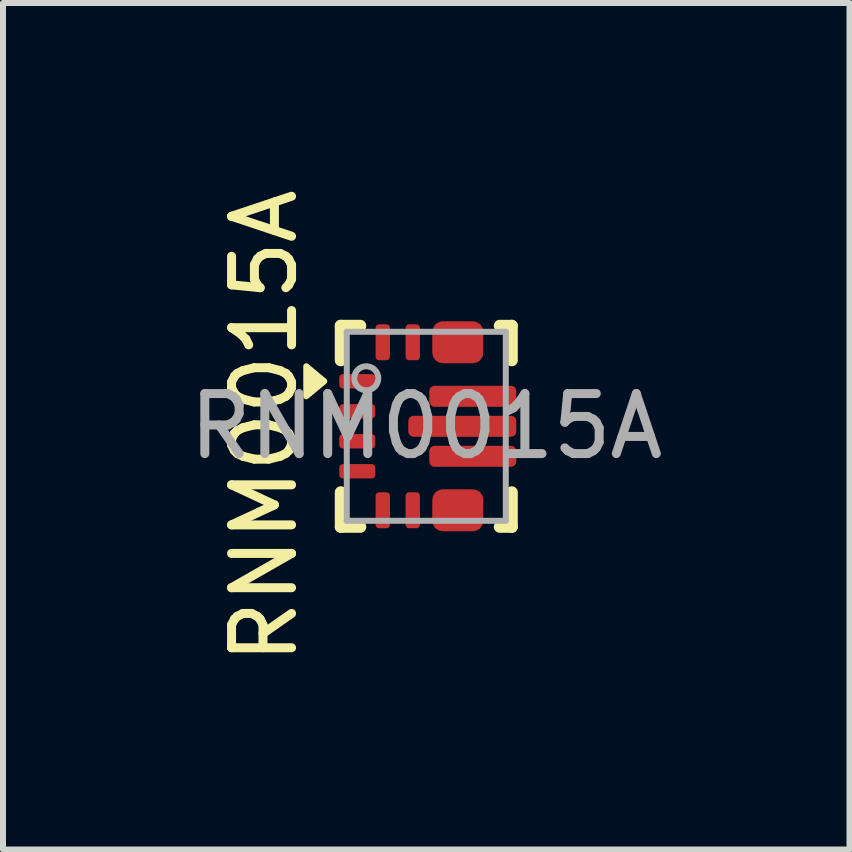
<source format=kicad_pcb>
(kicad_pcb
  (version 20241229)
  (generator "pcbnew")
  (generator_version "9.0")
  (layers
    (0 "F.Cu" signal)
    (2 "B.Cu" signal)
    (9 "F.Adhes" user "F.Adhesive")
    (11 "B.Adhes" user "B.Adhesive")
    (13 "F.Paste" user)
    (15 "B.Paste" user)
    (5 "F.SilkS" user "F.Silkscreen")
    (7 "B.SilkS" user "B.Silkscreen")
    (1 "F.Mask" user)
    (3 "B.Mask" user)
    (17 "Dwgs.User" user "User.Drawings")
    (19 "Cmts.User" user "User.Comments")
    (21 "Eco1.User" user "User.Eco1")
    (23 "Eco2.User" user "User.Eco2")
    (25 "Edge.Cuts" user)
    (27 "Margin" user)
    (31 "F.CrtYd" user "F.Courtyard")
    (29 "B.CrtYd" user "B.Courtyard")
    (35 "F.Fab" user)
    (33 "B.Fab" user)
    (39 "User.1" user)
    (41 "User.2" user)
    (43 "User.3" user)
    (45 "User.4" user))
  (footprint "RNM0015A"
    (layer "F.Cu")
    (at 4.054 4.054)
    (property "Reference" "RNM0015A" (at -2.7 0 90) (unlocked yes) (layer "F.SilkS") (effects (font (size 1 1) (thickness 0.15))))
    (attr smd)
    (fp_poly (pts (xy 0.15 -1.15) (xy 0.15 -1.3) (xy 0.151 -1.31) (xy 0.154 -1.319) (xy 0.158 -1.328) (xy 0.165 -1.335) (xy 0.172 -1.342) (xy 0.181 -1.346) (xy 0.19 -1.349) (xy 0.2 -1.35) (xy 0.85 -1.35) (xy 0.86 -1.349) (xy 0.869 -1.346) (xy 0.878 -1.342) (xy 0.885 -1.335) (xy 0.892 -1.328) (xy 0.896 -1.319) (xy 0.899 -1.31) (xy 0.9 -1.3) (xy 0.9 -1.15) (xy 0.899 -1.14) (xy 0.896 -1.131) (xy 0.892 -1.122) (xy 0.885 -1.115) (xy 0.878 -1.108) (xy 0.869 -1.104) (xy 0.86 -1.101) (xy 0.85 -1.1) (xy 0.2 -1.1) (xy 0.19 -1.101) (xy 0.181 -1.104) (xy 0.172 -1.108) (xy 0.165 -1.115) (xy 0.158 -1.122) (xy 0.154 -1.131) (xy 0.151 -1.14)) (stroke (width 0) (type solid)) (fill yes) (layer "F.Mask"))
    (fp_poly (pts (xy 0.15 1.3) (xy 0.15 1.15) (xy 0.151 1.14) (xy 0.154 1.131) (xy 0.158 1.122) (xy 0.165 1.115) (xy 0.172 1.108) (xy 0.181 1.104) (xy 0.19 1.101) (xy 0.2 1.1) (xy 0.85 1.1) (xy 0.86 1.101) (xy 0.869 1.104) (xy 0.878 1.108) (xy 0.885 1.115) (xy 0.892 1.122) (xy 0.896 1.131) (xy 0.899 1.14) (xy 0.9 1.15) (xy 0.9 1.3) (xy 0.899 1.31) (xy 0.896 1.319) (xy 0.892 1.328) (xy 0.885 1.335) (xy 0.878 1.342) (xy 0.869 1.346) (xy 0.86 1.349) (xy 0.85 1.35) (xy 0.2 1.35) (xy 0.19 1.349) (xy 0.181 1.346) (xy 0.172 1.342) (xy 0.165 1.335) (xy 0.158 1.328) (xy 0.154 1.319) (xy 0.151 1.31)) (stroke (width 0) (type solid)) (fill yes) (layer "F.Mask"))
    (fp_poly (pts (xy 0.2 1.1) (xy 0.35 1.1) (xy 0.36 1.101) (xy 0.369 1.104) (xy 0.378 1.108) (xy 0.385 1.115) (xy 0.392 1.122) (xy 0.396 1.131) (xy 0.399 1.14) (xy 0.4 1.15) (xy 0.4 1.65) (xy 0.399 1.66) (xy 0.396 1.669) (xy 0.392 1.678) (xy 0.385 1.685) (xy 0.378 1.692) (xy 0.369 1.696) (xy 0.36 1.699) (xy 0.35 1.7) (xy 0.2 1.7) (xy 0.19 1.699) (xy 0.181 1.696) (xy 0.172 1.692) (xy 0.165 1.685) (xy 0.158 1.678) (xy 0.154 1.669) (xy 0.151 1.66) (xy 0.15 1.65) (xy 0.15 1.15) (xy 0.151 1.14) (xy 0.154 1.131) (xy 0.158 1.122) (xy 0.165 1.115) (xy 0.172 1.108) (xy 0.181 1.104) (xy 0.19 1.101)) (stroke (width 0) (type solid)) (fill yes) (layer "F.Mask"))
    (fp_poly (pts (xy 0.35 -1.1) (xy 0.2 -1.1) (xy 0.19 -1.101) (xy 0.181 -1.104) (xy 0.172 -1.108) (xy 0.165 -1.115) (xy 0.158 -1.122) (xy 0.154 -1.131) (xy 0.151 -1.14) (xy 0.15 -1.15) (xy 0.15 -1.65) (xy 0.151 -1.66) (xy 0.154 -1.669) (xy 0.158 -1.678) (xy 0.165 -1.685) (xy 0.172 -1.692) (xy 0.181 -1.696) (xy 0.19 -1.699) (xy 0.2 -1.7) (xy 0.35 -1.7) (xy 0.36 -1.699) (xy 0.369 -1.696) (xy 0.378 -1.692) (xy 0.385 -1.685) (xy 0.392 -1.678) (xy 0.396 -1.669) (xy 0.399 -1.66) (xy 0.4 -1.65) (xy 0.4 -1.15) (xy 0.399 -1.14) (xy 0.396 -1.131) (xy 0.392 -1.122) (xy 0.385 -1.115) (xy 0.378 -1.108) (xy 0.369 -1.104) (xy 0.36 -1.101)) (stroke (width 0) (type solid)) (fill yes) (layer "F.Mask"))
    (fp_poly (pts (xy 0.7 1.1) (xy 0.85 1.1) (xy 0.86 1.101) (xy 0.869 1.104) (xy 0.878 1.108) (xy 0.885 1.115) (xy 0.892 1.122) (xy 0.896 1.131) (xy 0.899 1.14) (xy 0.9 1.15) (xy 0.9 1.65) (xy 0.899 1.66) (xy 0.896 1.669) (xy 0.892 1.678) (xy 0.885 1.685) (xy 0.878 1.692) (xy 0.869 1.696) (xy 0.86 1.699) (xy 0.85 1.7) (xy 0.7 1.7) (xy 0.69 1.699) (xy 0.681 1.696) (xy 0.672 1.692) (xy 0.665 1.685) (xy 0.658 1.678) (xy 0.654 1.669) (xy 0.651 1.66) (xy 0.65 1.65) (xy 0.65 1.15) (xy 0.651 1.14) (xy 0.654 1.131) (xy 0.658 1.122) (xy 0.665 1.115) (xy 0.672 1.108) (xy 0.681 1.104) (xy 0.69 1.101)) (stroke (width 0) (type solid)) (fill yes) (layer "F.Mask"))
    (fp_poly (pts (xy 0.85 -1.1) (xy 0.7 -1.1) (xy 0.69 -1.101) (xy 0.681 -1.104) (xy 0.672 -1.108) (xy 0.665 -1.115) (xy 0.658 -1.122) (xy 0.654 -1.131) (xy 0.651 -1.14) (xy 0.65 -1.15) (xy 0.65 -1.65) (xy 0.651 -1.66) (xy 0.654 -1.669) (xy 0.658 -1.678) (xy 0.665 -1.685) (xy 0.672 -1.692) (xy 0.681 -1.696) (xy 0.69 -1.699) (xy 0.7 -1.7) (xy 0.85 -1.7) (xy 0.86 -1.699) (xy 0.869 -1.696) (xy 0.878 -1.692) (xy 0.885 -1.685) (xy 0.892 -1.678) (xy 0.896 -1.669) (xy 0.899 -1.66) (xy 0.9 -1.65) (xy 0.9 -1.15) (xy 0.899 -1.14) (xy 0.896 -1.131) (xy 0.892 -1.122) (xy 0.885 -1.115) (xy 0.878 -1.108) (xy 0.869 -1.104) (xy 0.86 -1.101)) (stroke (width 0) (type solid)) (fill yes) (layer "F.Mask"))
    (fp_line (start -1.425 -1.675) (end -1.1 -1.675) (stroke (width 0.2) (type solid)) (layer "F.SilkS"))
    (fp_line (start -1.425 -1.1) (end -1.425 -1.675) (stroke (width 0.2) (type solid)) (layer "F.SilkS"))
    (fp_line (start -1.425 1.675) (end -1.425 1.1) (stroke (width 0.2) (type solid)) (layer "F.SilkS"))
    (fp_line (start -1.425 1.675) (end -1.1 1.675) (stroke (width 0.2) (type solid)) (layer "F.SilkS"))
    (fp_line (start 1.225 -1.675) (end 1.425 -1.675) (stroke (width 0.2) (type solid)) (layer "F.SilkS"))
    (fp_line (start 1.225 1.675) (end 1.425 1.675) (stroke (width 0.2) (type solid)) (layer "F.SilkS"))
    (fp_line (start 1.425 -1.1) (end 1.425 -1.675) (stroke (width 0.2) (type solid)) (layer "F.SilkS"))
    (fp_line (start 1.425 1.675) (end 1.425 1.1) (stroke (width 0.2) (type solid)) (layer "F.SilkS"))
    (fp_poly (pts (xy -1.7 -0.75) (xy -2 -0.5) (xy -2 -1)) (stroke (width 0.1) (type solid)) (fill yes) (layer "F.SilkS"))
    (fp_poly (pts (xy -0.22 0.075) (xy -0.22 -0.075) (xy -0.219 -0.085) (xy -0.216 -0.094) (xy -0.212 -0.103) (xy -0.205 -0.11) (xy -0.198 -0.117) (xy -0.189 -0.121) (xy -0.18 -0.124) (xy -0.17 -0.125) (xy 0.45 -0.125) (xy 0.46 -0.124) (xy 0.469 -0.121) (xy 0.478 -0.117) (xy 0.485 -0.11) (xy 0.492 -0.103) (xy 0.496 -0.094) (xy 0.499 -0.085) (xy 0.5 -0.075) (xy 0.5 0.075) (xy 0.499 0.085) (xy 0.496 0.094) (xy 0.492 0.103) (xy 0.485 0.11) (xy 0.478 0.117) (xy 0.469 0.121) (xy 0.46 0.124) (xy 0.45 0.125) (xy -0.17 0.125) (xy -0.18 0.124) (xy -0.189 0.121) (xy -0.198 0.117) (xy -0.205 0.11) (xy -0.212 0.103) (xy -0.216 0.094) (xy -0.219 0.085)) (stroke (width 0) (type solid)) (fill yes) (layer "F.Paste"))
    (fp_poly (pts (xy 0.101 -0.425) (xy 0.101 -0.575) (xy 0.101 -0.585) (xy 0.104 -0.594) (xy 0.109 -0.603) (xy 0.115 -0.61) (xy 0.123 -0.617) (xy 0.131 -0.621) (xy 0.141 -0.624) (xy 0.15 -0.625) (xy 0.625 -0.625) (xy 0.635 -0.624) (xy 0.645 -0.621) (xy 0.653 -0.617) (xy 0.661 -0.61) (xy 0.667 -0.603) (xy 0.672 -0.594) (xy 0.675 -0.585) (xy 0.675 -0.575) (xy 0.675 -0.425) (xy 0.675 -0.415) (xy 0.672 -0.406) (xy 0.667 -0.397) (xy 0.661 -0.39) (xy 0.653 -0.383) (xy 0.645 -0.379) (xy 0.635 -0.376) (xy 0.625 -0.375) (xy 0.15 -0.375) (xy 0.141 -0.376) (xy 0.131 -0.379) (xy 0.123 -0.383) (xy 0.115 -0.39) (xy 0.109 -0.397) (xy 0.104 -0.406) (xy 0.101 -0.415)) (stroke (width 0) (type solid)) (fill yes) (layer "F.Paste"))
    (fp_poly (pts (xy 0.101 0.575) (xy 0.101 0.425) (xy 0.101 0.415) (xy 0.104 0.406) (xy 0.109 0.397) (xy 0.115 0.39) (xy 0.123 0.383) (xy 0.131 0.379) (xy 0.141 0.376) (xy 0.15 0.375) (xy 0.625 0.375) (xy 0.635 0.376) (xy 0.645 0.379) (xy 0.653 0.383) (xy 0.661 0.39) (xy 0.667 0.397) (xy 0.672 0.406) (xy 0.675 0.415) (xy 0.675 0.425) (xy 0.675 0.575) (xy 0.675 0.585) (xy 0.672 0.594) (xy 0.667 0.603) (xy 0.661 0.61) (xy 0.653 0.617) (xy 0.645 0.621) (xy 0.635 0.624) (xy 0.625 0.625) (xy 0.15 0.625) (xy 0.141 0.624) (xy 0.131 0.621) (xy 0.123 0.617) (xy 0.115 0.61) (xy 0.109 0.603) (xy 0.104 0.594) (xy 0.101 0.585)) (stroke (width 0) (type solid)) (fill yes) (layer "F.Paste"))
    (fp_poly (pts (xy 0.15 -1.15) (xy 0.15 -1.3) (xy 0.151 -1.31) (xy 0.154 -1.319) (xy 0.158 -1.328) (xy 0.165 -1.335) (xy 0.172 -1.342) (xy 0.181 -1.346) (xy 0.19 -1.349) (xy 0.2 -1.35) (xy 0.85 -1.35) (xy 0.86 -1.349) (xy 0.869 -1.346) (xy 0.878 -1.342) (xy 0.885 -1.335) (xy 0.892 -1.328) (xy 0.896 -1.319) (xy 0.899 -1.31) (xy 0.9 -1.3) (xy 0.9 -1.15) (xy 0.899 -1.14) (xy 0.896 -1.131) (xy 0.892 -1.122) (xy 0.885 -1.115) (xy 0.878 -1.108) (xy 0.869 -1.104) (xy 0.86 -1.101) (xy 0.85 -1.1) (xy 0.2 -1.1) (xy 0.19 -1.101) (xy 0.181 -1.104) (xy 0.172 -1.108) (xy 0.165 -1.115) (xy 0.158 -1.122) (xy 0.154 -1.131) (xy 0.151 -1.14)) (stroke (width 0) (type solid)) (fill yes) (layer "F.Paste"))
    (fp_poly (pts (xy 0.15 1.3) (xy 0.15 1.15) (xy 0.151 1.14) (xy 0.154 1.131) (xy 0.158 1.122) (xy 0.165 1.115) (xy 0.172 1.108) (xy 0.181 1.104) (xy 0.19 1.101) (xy 0.2 1.1) (xy 0.85 1.1) (xy 0.86 1.101) (xy 0.869 1.104) (xy 0.878 1.108) (xy 0.885 1.115) (xy 0.892 1.122) (xy 0.896 1.131) (xy 0.899 1.14) (xy 0.9 1.15) (xy 0.9 1.3) (xy 0.899 1.31) (xy 0.896 1.319) (xy 0.892 1.328) (xy 0.885 1.335) (xy 0.878 1.342) (xy 0.869 1.346) (xy 0.86 1.349) (xy 0.85 1.35) (xy 0.2 1.35) (xy 0.19 1.349) (xy 0.181 1.346) (xy 0.172 1.342) (xy 0.165 1.335) (xy 0.158 1.328) (xy 0.154 1.319) (xy 0.151 1.31)) (stroke (width 0) (type solid)) (fill yes) (layer "F.Paste"))
    (fp_poly (pts (xy 0.2 1.1) (xy 0.35 1.1) (xy 0.36 1.101) (xy 0.369 1.104) (xy 0.378 1.108) (xy 0.385 1.115) (xy 0.392 1.122) (xy 0.396 1.131) (xy 0.399 1.14) (xy 0.4 1.15) (xy 0.4 1.65) (xy 0.399 1.66) (xy 0.396 1.669) (xy 0.392 1.678) (xy 0.385 1.685) (xy 0.378 1.692) (xy 0.369 1.696) (xy 0.36 1.699) (xy 0.35 1.7) (xy 0.2 1.7) (xy 0.19 1.699) (xy 0.181 1.696) (xy 0.172 1.692) (xy 0.165 1.685) (xy 0.158 1.678) (xy 0.154 1.669) (xy 0.151 1.66) (xy 0.15 1.65) (xy 0.15 1.15) (xy 0.151 1.14) (xy 0.154 1.131) (xy 0.158 1.122) (xy 0.165 1.115) (xy 0.172 1.108) (xy 0.181 1.104) (xy 0.19 1.101)) (stroke (width 0) (type solid)) (fill yes) (layer "F.Paste"))
    (fp_poly (pts (xy 0.35 -1.1) (xy 0.2 -1.1) (xy 0.19 -1.101) (xy 0.181 -1.104) (xy 0.172 -1.108) (xy 0.165 -1.115) (xy 0.158 -1.122) (xy 0.154 -1.131) (xy 0.151 -1.14) (xy 0.15 -1.15) (xy 0.15 -1.65) (xy 0.151 -1.66) (xy 0.154 -1.669) (xy 0.158 -1.678) (xy 0.165 -1.685) (xy 0.172 -1.692) (xy 0.181 -1.696) (xy 0.19 -1.699) (xy 0.2 -1.7) (xy 0.35 -1.7) (xy 0.36 -1.699) (xy 0.369 -1.696) (xy 0.378 -1.692) (xy 0.385 -1.685) (xy 0.392 -1.678) (xy 0.396 -1.669) (xy 0.399 -1.66) (xy 0.4 -1.65) (xy 0.4 -1.15) (xy 0.399 -1.14) (xy 0.396 -1.131) (xy 0.392 -1.122) (xy 0.385 -1.115) (xy 0.378 -1.108) (xy 0.369 -1.104) (xy 0.36 -1.101)) (stroke (width 0) (type solid)) (fill yes) (layer "F.Paste"))
    (fp_poly (pts (xy 0.7 0.075) (xy 0.7 -0.075) (xy 0.701 -0.085) (xy 0.704 -0.094) (xy 0.708 -0.103) (xy 0.715 -0.11) (xy 0.722 -0.117) (xy 0.731 -0.121) (xy 0.74 -0.124) (xy 0.75 -0.125) (xy 1.37 -0.125) (xy 1.38 -0.124) (xy 1.389 -0.121) (xy 1.398 -0.117) (xy 1.405 -0.11) (xy 1.412 -0.103) (xy 1.416 -0.094) (xy 1.419 -0.085) (xy 1.42 -0.075) (xy 1.42 0.075) (xy 1.419 0.085) (xy 1.416 0.094) (xy 1.412 0.103) (xy 1.405 0.11) (xy 1.398 0.117) (xy 1.389 0.121) (xy 1.38 0.124) (xy 1.37 0.125) (xy 0.75 0.125) (xy 0.74 0.124) (xy 0.731 0.121) (xy 0.722 0.117) (xy 0.715 0.11) (xy 0.708 0.103) (xy 0.704 0.094) (xy 0.701 0.085)) (stroke (width 0) (type solid)) (fill yes) (layer "F.Paste"))
    (fp_poly (pts (xy 0.7 1.1) (xy 0.85 1.1) (xy 0.86 1.101) (xy 0.869 1.104) (xy 0.878 1.108) (xy 0.885 1.115) (xy 0.892 1.122) (xy 0.896 1.131) (xy 0.899 1.14) (xy 0.9 1.15) (xy 0.9 1.65) (xy 0.899 1.66) (xy 0.896 1.669) (xy 0.892 1.678) (xy 0.885 1.685) (xy 0.878 1.692) (xy 0.869 1.696) (xy 0.86 1.699) (xy 0.85 1.7) (xy 0.7 1.7) (xy 0.69 1.699) (xy 0.681 1.696) (xy 0.672 1.692) (xy 0.665 1.685) (xy 0.658 1.678) (xy 0.654 1.669) (xy 0.651 1.66) (xy 0.65 1.65) (xy 0.65 1.15) (xy 0.651 1.14) (xy 0.654 1.131) (xy 0.658 1.122) (xy 0.665 1.115) (xy 0.672 1.108) (xy 0.681 1.104) (xy 0.69 1.101)) (stroke (width 0) (type solid)) (fill yes) (layer "F.Paste"))
    (fp_poly (pts (xy 0.85 -1.1) (xy 0.7 -1.1) (xy 0.69 -1.101) (xy 0.681 -1.104) (xy 0.672 -1.108) (xy 0.665 -1.115) (xy 0.658 -1.122) (xy 0.654 -1.131) (xy 0.651 -1.14) (xy 0.65 -1.15) (xy 0.65 -1.65) (xy 0.651 -1.66) (xy 0.654 -1.669) (xy 0.658 -1.678) (xy 0.665 -1.685) (xy 0.672 -1.692) (xy 0.681 -1.696) (xy 0.69 -1.699) (xy 0.7 -1.7) (xy 0.85 -1.7) (xy 0.86 -1.699) (xy 0.869 -1.696) (xy 0.878 -1.692) (xy 0.885 -1.685) (xy 0.892 -1.678) (xy 0.896 -1.669) (xy 0.899 -1.66) (xy 0.9 -1.65) (xy 0.9 -1.15) (xy 0.899 -1.14) (xy 0.896 -1.131) (xy 0.892 -1.122) (xy 0.885 -1.115) (xy 0.878 -1.108) (xy 0.869 -1.104) (xy 0.86 -1.101)) (stroke (width 0) (type solid)) (fill yes) (layer "F.Paste"))
    (fp_poly (pts (xy 0.875 -0.425) (xy 0.875 -0.575) (xy 0.876 -0.585) (xy 0.879 -0.594) (xy 0.884 -0.603) (xy 0.89 -0.61) (xy 0.898 -0.617) (xy 0.906 -0.621) (xy 0.916 -0.624) (xy 0.925 -0.625) (xy 1.401 -0.625) (xy 1.41 -0.624) (xy 1.42 -0.621) (xy 1.428 -0.617) (xy 1.436 -0.61) (xy 1.442 -0.603) (xy 1.447 -0.594) (xy 1.45 -0.585) (xy 1.45 -0.575) (xy 1.45 -0.425) (xy 1.45 -0.415) (xy 1.447 -0.406) (xy 1.442 -0.397) (xy 1.436 -0.39) (xy 1.428 -0.383) (xy 1.42 -0.379) (xy 1.41 -0.376) (xy 1.401 -0.375) (xy 0.925 -0.375) (xy 0.916 -0.376) (xy 0.906 -0.379) (xy 0.898 -0.383) (xy 0.89 -0.39) (xy 0.884 -0.397) (xy 0.879 -0.406) (xy 0.876 -0.415)) (stroke (width 0) (type solid)) (fill yes) (layer "F.Paste"))
    (fp_poly (pts (xy 0.875 0.575) (xy 0.875 0.425) (xy 0.876 0.415) (xy 0.879 0.406) (xy 0.884 0.397) (xy 0.89 0.39) (xy 0.898 0.383) (xy 0.906 0.379) (xy 0.916 0.376) (xy 0.925 0.375) (xy 1.401 0.375) (xy 1.41 0.376) (xy 1.42 0.379) (xy 1.428 0.383) (xy 1.436 0.39) (xy 1.442 0.397) (xy 1.447 0.406) (xy 1.45 0.415) (xy 1.45 0.425) (xy 1.45 0.575) (xy 1.45 0.585) (xy 1.447 0.594) (xy 1.442 0.603) (xy 1.436 0.61) (xy 1.428 0.617) (xy 1.42 0.621) (xy 1.41 0.624) (xy 1.401 0.625) (xy 0.925 0.625) (xy 0.916 0.624) (xy 0.906 0.621) (xy 0.898 0.617) (xy 0.89 0.61) (xy 0.884 0.603) (xy 0.879 0.594) (xy 0.876 0.585)) (stroke (width 0) (type solid)) (fill yes) (layer "F.Paste"))
    (fp_line (start -1.325 -1.575) (end 1.325 -1.575) (stroke (width 0.1) (type solid)) (layer "F.Fab"))
    (fp_line (start -1.325 1.575) (end -1.325 -1.575) (stroke (width 0.1) (type solid)) (layer "F.Fab"))
    (fp_line (start -1.325 1.575) (end 1.325 1.575) (stroke (width 0.1) (type solid)) (layer "F.Fab"))
    (fp_line (start 1.325 1.575) (end 1.325 -1.575) (stroke (width 0.1) (type solid)) (layer "F.Fab"))
    (fp_circle (center -1 -0.8) (end -0.8 -0.8) (stroke (width 0.1) (type solid)) (fill no) (layer "F.Fab"))
    (fp_text user "${REFERENCE}" (at 0 0 0) (unlocked yes) (layer "F.Fab") (effects (font (size 1 1) (thickness 0.15))))
    (pad "1" smd roundrect (at -1.15 -0.75 90) (size 0.24 0.6) (layers "F.Cu" "F.Mask" "F.Paste") (roundrect_rratio 0.25))
    (pad "2" smd roundrect (at -1.15 -0.25 90) (size 0.24 0.6) (layers "F.Cu" "F.Mask" "F.Paste") (roundrect_rratio 0.25))
    (pad "3" smd roundrect (at -1.15 0.25 90) (size 0.24 0.6) (layers "F.Cu" "F.Mask" "F.Paste") (roundrect_rratio 0.25))
    (pad "4" smd roundrect (at -1.15 0.75 90) (size 0.24 0.6) (layers "F.Cu" "F.Mask" "F.Paste") (roundrect_rratio 0.25))
    (pad "5" smd roundrect (at -0.725 1.4) (size 0.24 0.6) (layers "F.Cu" "F.Mask" "F.Paste") (roundrect_rratio 0.25))
    (pad "6" smd roundrect (at -0.225 1.4) (size 0.24 0.6) (layers "F.Cu" "F.Mask" "F.Paste") (roundrect_rratio 0.25))
    (pad "7/8" smd roundrect (at 0.525 1.4 90) (size 0.7 0.85) (layers "F.Cu" "F.Mask" "F.Paste") (roundrect_rratio 0.25))
    (pad "9" smd roundrect (at 0.775 0.5 90) (size 0.35 1.45) (layers "F.Cu" "F.Mask") (roundrect_rratio 0.25))
    (pad "10" smd roundrect (at 0.6 0 90) (size 0.35 1.8) (layers "F.Cu" "F.Mask") (roundrect_rratio 0.25))
    (pad "11" smd roundrect (at 0.775 -0.5 90) (size 0.35 1.45) (layers "F.Cu" "F.Mask") (roundrect_rratio 0.25))
    (pad "12/13" smd roundrect (at 0.525 -1.4 90) (size 0.7 0.85) (layers "F.Cu" "F.Mask" "F.Paste") (roundrect_rratio 0.25))
    (pad "14" smd roundrect (at -0.225 -1.4) (size 0.24 0.6) (layers "F.Cu" "F.Mask" "F.Paste") (roundrect_rratio 0.25))
    (pad "15" smd roundrect (at -0.725 -1.4) (size 0.24 0.6) (layers "F.Cu" "F.Mask" "F.Paste") (roundrect_rratio 0.25)))
  (gr_rect
    (start -3 -3)
    (end 11.107 11.107)
    (stroke (width 0.1) (type default))
    (fill no)
    (layer "Edge.Cuts")))
</source>
